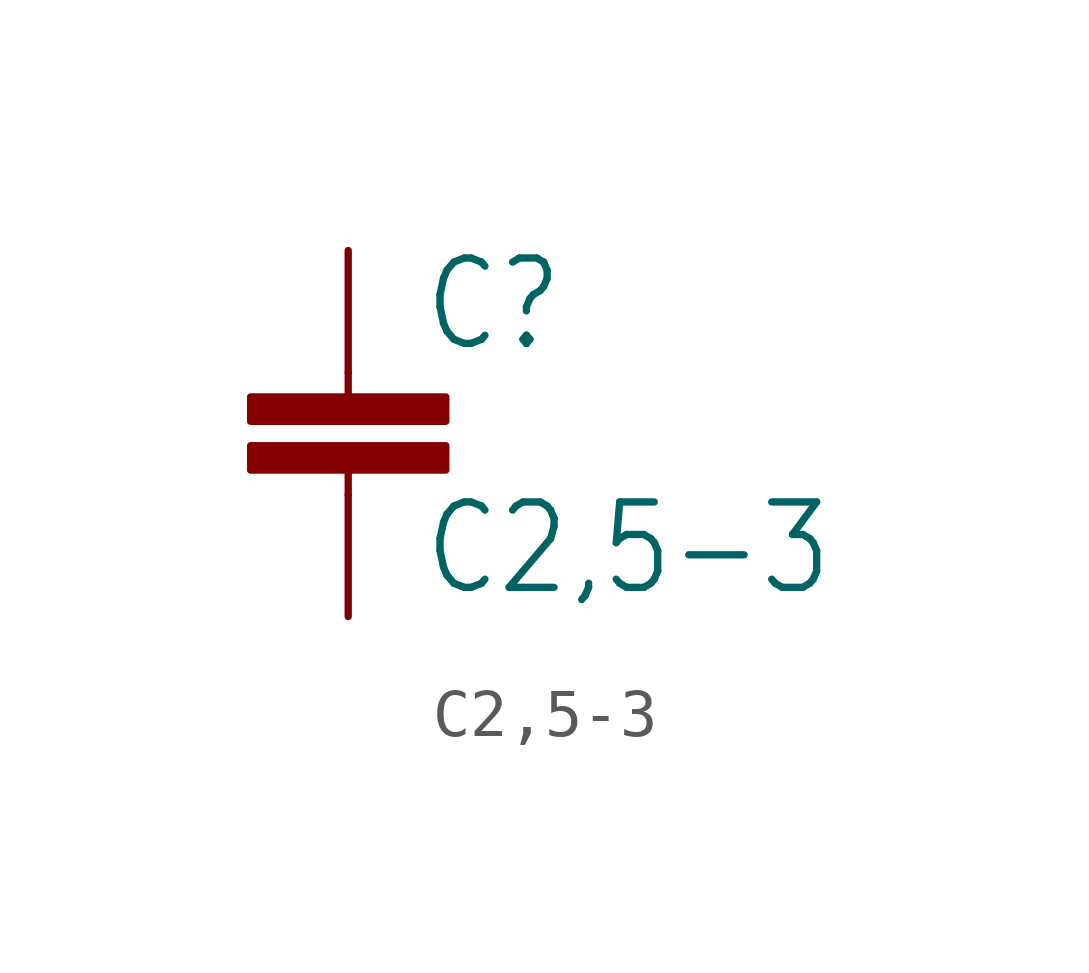
<source format=kicad_sym>
(kicad_symbol_lib
  (version 20200126)
  (host kicad_symbol_editor "(5.99.0-2281-g2f31bf278-dirty)")
  (symbol "C2,5-3"
    (property "Reference" "C"
      (at 1.524 0.381 0)
      (effects (font (size 1.778 1.511)) (justify left bottom)))
    (property "Value" "C2,5-3"
      (at 1.524 -4.699 0)
      (effects (font (size 1.778 1.511)) (justify left bottom)))
    (property "ki_locked" ""
      (at 0 0 0)
      (effects (font (size 1.27 1.27))))
    (symbol "C2,5-3_1_0"
      (rectangle (start -2.032 -1.016) (end 2.032 -0.508) (stroke (width 0)) (fill (type outline)))
      (rectangle (start -2.032 -2.032) (end 2.032 -1.524) (stroke (width 0)) (fill (type outline)))
      (polyline (pts (xy 0 -2.54) (xy 0 -2.032)) (stroke (width 0.152)) (fill (type none)))
      (polyline (pts (xy 0 0) (xy 0 -0.508)) (stroke (width 0.152)) (fill (type none)))
      (pin passive line (at 0 2.54 270) (length 2.54) (name "1" (effects (font (size 0 0)))) (number "1" (effects (font (size 0 0)))))
      (pin passive line (at 0 -5.08 90) (length 2.54) (name "2" (effects (font (size 0 0)))) (number "2" (effects (font (size 0 0))))))))
</source>
